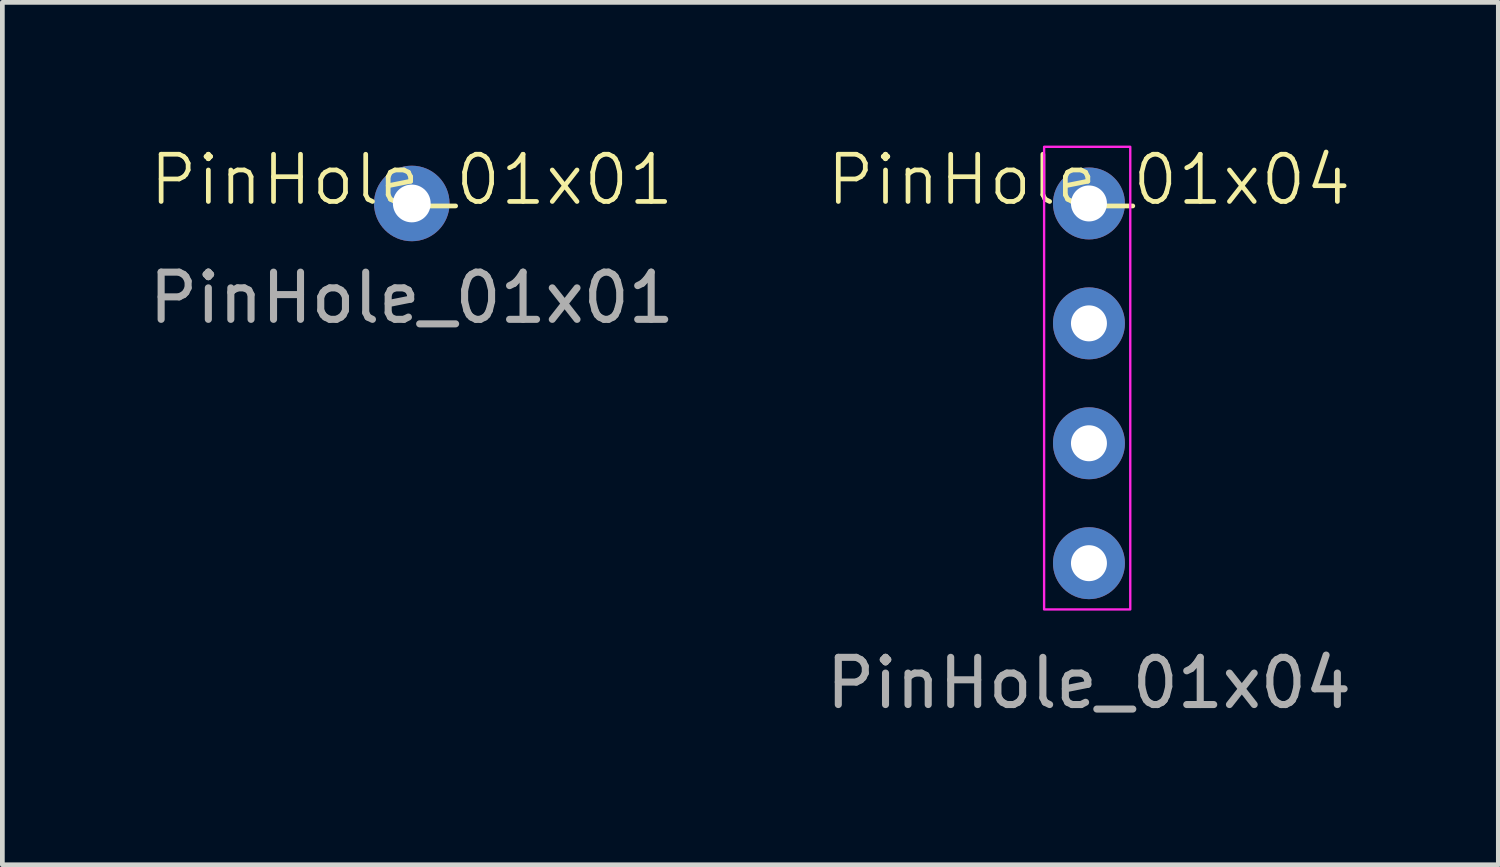
<source format=kicad_pcb>
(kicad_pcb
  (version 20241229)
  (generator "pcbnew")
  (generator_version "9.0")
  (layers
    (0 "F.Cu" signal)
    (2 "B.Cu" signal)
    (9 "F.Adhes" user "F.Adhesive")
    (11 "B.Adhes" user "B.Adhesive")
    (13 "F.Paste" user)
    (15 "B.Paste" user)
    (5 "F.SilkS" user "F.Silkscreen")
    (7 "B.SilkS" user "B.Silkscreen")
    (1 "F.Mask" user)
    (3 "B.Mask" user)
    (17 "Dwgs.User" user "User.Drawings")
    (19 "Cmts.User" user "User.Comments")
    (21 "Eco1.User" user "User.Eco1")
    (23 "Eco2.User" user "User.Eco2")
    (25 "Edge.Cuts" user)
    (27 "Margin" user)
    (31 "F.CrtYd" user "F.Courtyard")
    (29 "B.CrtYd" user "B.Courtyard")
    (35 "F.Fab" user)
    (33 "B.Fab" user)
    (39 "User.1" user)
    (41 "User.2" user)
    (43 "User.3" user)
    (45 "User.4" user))
  (footprint "PinHole_01x01"
    (layer "F.Cu")
    (at 5.673 1.26)
    (property "Reference" "PinHole_01x01" (at 0 -0.5 0) (unlocked yes) (layer "F.SilkS") (effects (font (size 1 1) (thickness 0.1))))
    (attr through_hole)
    (fp_text user "${REFERENCE}" (at 0 2 0) (unlocked yes) (layer "F.Fab") (effects (font (size 1 1) (thickness 0.15))))
    (pad "1" thru_hole oval (at 0 0) (size 1.6 1.6) (drill 0.8) (layers "*.Cu" "*.Mask")))
  (footprint "PinHole_01x04"
    (layer "F.Cu")
    (at 20.018 1.26)
    (property "Reference" "PinHole_01x04" (at 0 -0.5 0) (unlocked yes) (layer "F.SilkS") (effects (font (size 1 1) (thickness 0.1))))
    (attr through_hole)
    (fp_rect (start -0.95 -1.2) (end 0.875 8.6) (stroke (width 0.05) (type default)) (fill no) (layer "F.CrtYd"))
    (fp_text user "${REFERENCE}" (at 0 10.16 0) (unlocked yes) (layer "F.Fab") (effects (font (size 1 1) (thickness 0.15))))
    (pad "1" thru_hole circle (at 0 0) (size 1.524 1.524) (drill 0.762) (layers "*.Cu" "*.Mask"))
    (pad "2" thru_hole circle (at 0 2.54) (size 1.524 1.524) (drill 0.762) (layers "*.Cu" "*.Mask"))
    (pad "3" thru_hole circle (at 0 5.08) (size 1.524 1.524) (drill 0.762) (layers "*.Cu" "*.Mask"))
    (pad "4" thru_hole circle (at 0 7.62) (size 1.524 1.524) (drill 0.762) (layers "*.Cu" "*.Mask")))
  (gr_rect
    (start -3 -3)
    (end 28.69 15.269)
    (stroke (width 0.1) (type default))
    (fill no)
    (layer "Edge.Cuts")))
</source>
